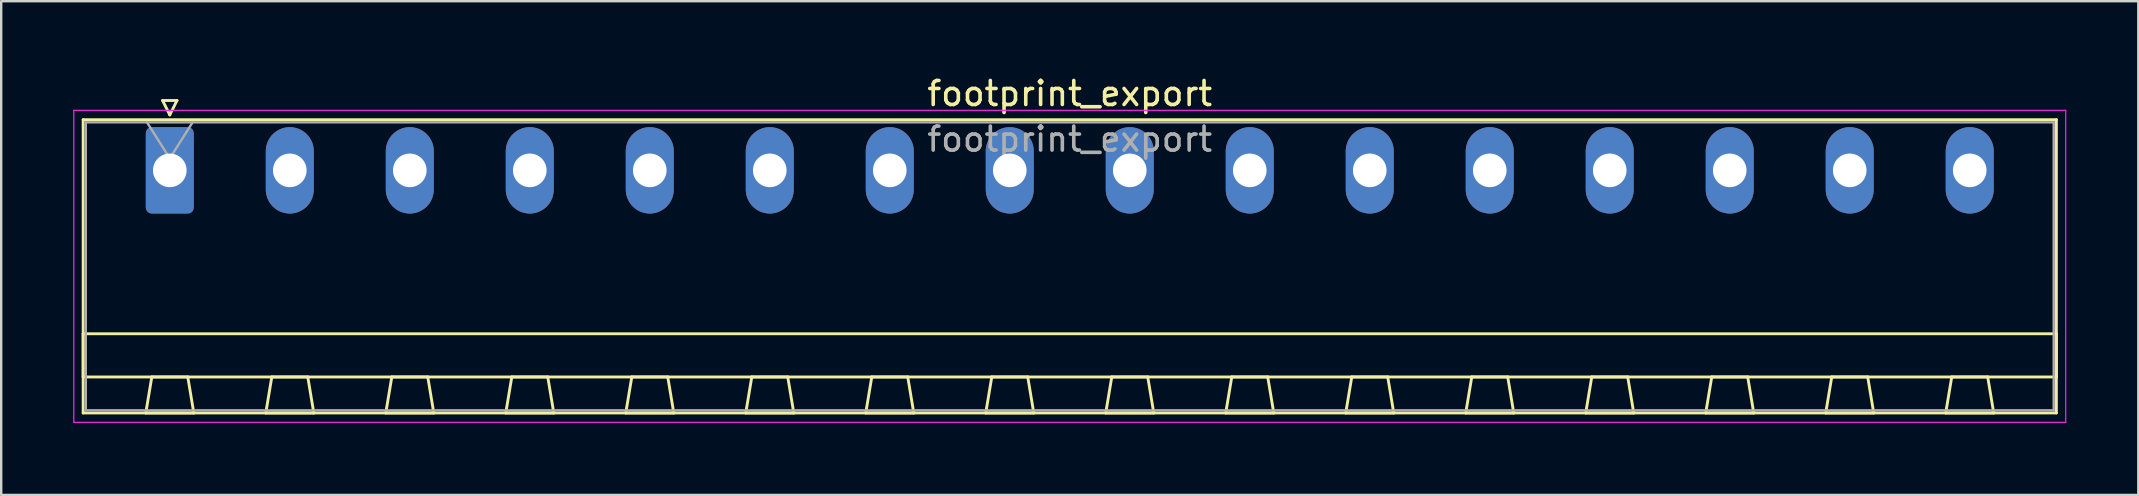
<source format=kicad_pcb>
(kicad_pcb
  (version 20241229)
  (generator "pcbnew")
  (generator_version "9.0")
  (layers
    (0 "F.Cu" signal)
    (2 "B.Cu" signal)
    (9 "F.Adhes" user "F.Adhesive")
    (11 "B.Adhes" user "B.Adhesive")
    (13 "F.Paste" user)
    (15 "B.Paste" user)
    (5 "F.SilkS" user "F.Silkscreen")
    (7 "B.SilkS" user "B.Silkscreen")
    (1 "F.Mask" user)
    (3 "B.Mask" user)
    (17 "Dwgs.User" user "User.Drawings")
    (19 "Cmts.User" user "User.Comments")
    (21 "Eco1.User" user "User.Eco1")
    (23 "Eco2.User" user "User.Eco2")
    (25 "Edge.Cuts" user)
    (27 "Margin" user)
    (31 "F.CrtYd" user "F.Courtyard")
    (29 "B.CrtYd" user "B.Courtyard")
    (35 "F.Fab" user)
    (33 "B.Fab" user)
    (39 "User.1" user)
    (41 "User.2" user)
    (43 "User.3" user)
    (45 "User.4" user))
  (footprint "footprint_export"
    (layer "F.Cu")
    (at 4.025 4.048)
    (property "Reference" "footprint_export" (at 37.5 -3.2 0) (layer "F.SilkS") (effects (font (size 1 1) (thickness 0.15))))
    (attr through_hole)
    (fp_line (start -3.61 -2.11) (end -3.61 10.11) (stroke (width 0.12) (type solid)) (layer "F.SilkS"))
    (fp_line (start -3.61 6.81) (end 78.61 6.81) (stroke (width 0.12) (type solid)) (layer "F.SilkS"))
    (fp_line (start -3.61 8.61) (end -3.61 6.81) (stroke (width 0.12) (type solid)) (layer "F.SilkS"))
    (fp_line (start -3.61 10.11) (end 78.61 10.11) (stroke (width 0.12) (type solid)) (layer "F.SilkS"))
    (fp_line (start -1 10.11) (end 1 10.11) (stroke (width 0.12) (type solid)) (layer "F.SilkS"))
    (fp_line (start -0.75 8.61) (end -1 10.11) (stroke (width 0.12) (type solid)) (layer "F.SilkS"))
    (fp_line (start -0.3 -2.91) (end 0.3 -2.91) (stroke (width 0.12) (type solid)) (layer "F.SilkS"))
    (fp_line (start 0 -2.31) (end -0.3 -2.91) (stroke (width 0.12) (type solid)) (layer "F.SilkS"))
    (fp_line (start 0.3 -2.91) (end 0 -2.31) (stroke (width 0.12) (type solid)) (layer "F.SilkS"))
    (fp_line (start 0.75 8.61) (end -0.75 8.61) (stroke (width 0.12) (type solid)) (layer "F.SilkS"))
    (fp_line (start 1 10.11) (end 0.75 8.61) (stroke (width 0.12) (type solid)) (layer "F.SilkS"))
    (fp_line (start 4 10.11) (end 6 10.11) (stroke (width 0.12) (type solid)) (layer "F.SilkS"))
    (fp_line (start 4.25 8.61) (end 4 10.11) (stroke (width 0.12) (type solid)) (layer "F.SilkS"))
    (fp_line (start 5.75 8.61) (end 4.25 8.61) (stroke (width 0.12) (type solid)) (layer "F.SilkS"))
    (fp_line (start 6 10.11) (end 5.75 8.61) (stroke (width 0.12) (type solid)) (layer "F.SilkS"))
    (fp_line (start 9 10.11) (end 11 10.11) (stroke (width 0.12) (type solid)) (layer "F.SilkS"))
    (fp_line (start 9.25 8.61) (end 9 10.11) (stroke (width 0.12) (type solid)) (layer "F.SilkS"))
    (fp_line (start 10.75 8.61) (end 9.25 8.61) (stroke (width 0.12) (type solid)) (layer "F.SilkS"))
    (fp_line (start 11 10.11) (end 10.75 8.61) (stroke (width 0.12) (type solid)) (layer "F.SilkS"))
    (fp_line (start 14 10.11) (end 16 10.11) (stroke (width 0.12) (type solid)) (layer "F.SilkS"))
    (fp_line (start 14.25 8.61) (end 14 10.11) (stroke (width 0.12) (type solid)) (layer "F.SilkS"))
    (fp_line (start 15.75 8.61) (end 14.25 8.61) (stroke (width 0.12) (type solid)) (layer "F.SilkS"))
    (fp_line (start 16 10.11) (end 15.75 8.61) (stroke (width 0.12) (type solid)) (layer "F.SilkS"))
    (fp_line (start 19 10.11) (end 21 10.11) (stroke (width 0.12) (type solid)) (layer "F.SilkS"))
    (fp_line (start 19.25 8.61) (end 19 10.11) (stroke (width 0.12) (type solid)) (layer "F.SilkS"))
    (fp_line (start 20.75 8.61) (end 19.25 8.61) (stroke (width 0.12) (type solid)) (layer "F.SilkS"))
    (fp_line (start 21 10.11) (end 20.75 8.61) (stroke (width 0.12) (type solid)) (layer "F.SilkS"))
    (fp_line (start 24 10.11) (end 26 10.11) (stroke (width 0.12) (type solid)) (layer "F.SilkS"))
    (fp_line (start 24.25 8.61) (end 24 10.11) (stroke (width 0.12) (type solid)) (layer "F.SilkS"))
    (fp_line (start 25.75 8.61) (end 24.25 8.61) (stroke (width 0.12) (type solid)) (layer "F.SilkS"))
    (fp_line (start 26 10.11) (end 25.75 8.61) (stroke (width 0.12) (type solid)) (layer "F.SilkS"))
    (fp_line (start 29 10.11) (end 31 10.11) (stroke (width 0.12) (type solid)) (layer "F.SilkS"))
    (fp_line (start 29.25 8.61) (end 29 10.11) (stroke (width 0.12) (type solid)) (layer "F.SilkS"))
    (fp_line (start 30.75 8.61) (end 29.25 8.61) (stroke (width 0.12) (type solid)) (layer "F.SilkS"))
    (fp_line (start 31 10.11) (end 30.75 8.61) (stroke (width 0.12) (type solid)) (layer "F.SilkS"))
    (fp_line (start 34 10.11) (end 36 10.11) (stroke (width 0.12) (type solid)) (layer "F.SilkS"))
    (fp_line (start 34.25 8.61) (end 34 10.11) (stroke (width 0.12) (type solid)) (layer "F.SilkS"))
    (fp_line (start 35.75 8.61) (end 34.25 8.61) (stroke (width 0.12) (type solid)) (layer "F.SilkS"))
    (fp_line (start 36 10.11) (end 35.75 8.61) (stroke (width 0.12) (type solid)) (layer "F.SilkS"))
    (fp_line (start 39 10.11) (end 41 10.11) (stroke (width 0.12) (type solid)) (layer "F.SilkS"))
    (fp_line (start 39.25 8.61) (end 39 10.11) (stroke (width 0.12) (type solid)) (layer "F.SilkS"))
    (fp_line (start 40.75 8.61) (end 39.25 8.61) (stroke (width 0.12) (type solid)) (layer "F.SilkS"))
    (fp_line (start 41 10.11) (end 40.75 8.61) (stroke (width 0.12) (type solid)) (layer "F.SilkS"))
    (fp_line (start 44 10.11) (end 46 10.11) (stroke (width 0.12) (type solid)) (layer "F.SilkS"))
    (fp_line (start 44.25 8.61) (end 44 10.11) (stroke (width 0.12) (type solid)) (layer "F.SilkS"))
    (fp_line (start 45.75 8.61) (end 44.25 8.61) (stroke (width 0.12) (type solid)) (layer "F.SilkS"))
    (fp_line (start 46 10.11) (end 45.75 8.61) (stroke (width 0.12) (type solid)) (layer "F.SilkS"))
    (fp_line (start 49 10.11) (end 51 10.11) (stroke (width 0.12) (type solid)) (layer "F.SilkS"))
    (fp_line (start 49.25 8.61) (end 49 10.11) (stroke (width 0.12) (type solid)) (layer "F.SilkS"))
    (fp_line (start 50.75 8.61) (end 49.25 8.61) (stroke (width 0.12) (type solid)) (layer "F.SilkS"))
    (fp_line (start 51 10.11) (end 50.75 8.61) (stroke (width 0.12) (type solid)) (layer "F.SilkS"))
    (fp_line (start 54 10.11) (end 56 10.11) (stroke (width 0.12) (type solid)) (layer "F.SilkS"))
    (fp_line (start 54.25 8.61) (end 54 10.11) (stroke (width 0.12) (type solid)) (layer "F.SilkS"))
    (fp_line (start 55.75 8.61) (end 54.25 8.61) (stroke (width 0.12) (type solid)) (layer "F.SilkS"))
    (fp_line (start 56 10.11) (end 55.75 8.61) (stroke (width 0.12) (type solid)) (layer "F.SilkS"))
    (fp_line (start 59 10.11) (end 61 10.11) (stroke (width 0.12) (type solid)) (layer "F.SilkS"))
    (fp_line (start 59.25 8.61) (end 59 10.11) (stroke (width 0.12) (type solid)) (layer "F.SilkS"))
    (fp_line (start 60.75 8.61) (end 59.25 8.61) (stroke (width 0.12) (type solid)) (layer "F.SilkS"))
    (fp_line (start 61 10.11) (end 60.75 8.61) (stroke (width 0.12) (type solid)) (layer "F.SilkS"))
    (fp_line (start 64 10.11) (end 66 10.11) (stroke (width 0.12) (type solid)) (layer "F.SilkS"))
    (fp_line (start 64.25 8.61) (end 64 10.11) (stroke (width 0.12) (type solid)) (layer "F.SilkS"))
    (fp_line (start 65.75 8.61) (end 64.25 8.61) (stroke (width 0.12) (type solid)) (layer "F.SilkS"))
    (fp_line (start 66 10.11) (end 65.75 8.61) (stroke (width 0.12) (type solid)) (layer "F.SilkS"))
    (fp_line (start 69 10.11) (end 71 10.11) (stroke (width 0.12) (type solid)) (layer "F.SilkS"))
    (fp_line (start 69.25 8.61) (end 69 10.11) (stroke (width 0.12) (type solid)) (layer "F.SilkS"))
    (fp_line (start 70.75 8.61) (end 69.25 8.61) (stroke (width 0.12) (type solid)) (layer "F.SilkS"))
    (fp_line (start 71 10.11) (end 70.75 8.61) (stroke (width 0.12) (type solid)) (layer "F.SilkS"))
    (fp_line (start 74 10.11) (end 76 10.11) (stroke (width 0.12) (type solid)) (layer "F.SilkS"))
    (fp_line (start 74.25 8.61) (end 74 10.11) (stroke (width 0.12) (type solid)) (layer "F.SilkS"))
    (fp_line (start 75.75 8.61) (end 74.25 8.61) (stroke (width 0.12) (type solid)) (layer "F.SilkS"))
    (fp_line (start 76 10.11) (end 75.75 8.61) (stroke (width 0.12) (type solid)) (layer "F.SilkS"))
    (fp_line (start 78.61 -2.11) (end -3.61 -2.11) (stroke (width 0.12) (type solid)) (layer "F.SilkS"))
    (fp_line (start 78.61 6.81) (end 78.61 8.61) (stroke (width 0.12) (type solid)) (layer "F.SilkS"))
    (fp_line (start 78.61 8.61) (end -3.61 8.61) (stroke (width 0.12) (type solid)) (layer "F.SilkS"))
    (fp_line (start 78.61 10.11) (end 78.61 -2.11) (stroke (width 0.12) (type solid)) (layer "F.SilkS"))
    (fp_line (start -4 -2.5) (end -4 10.5) (stroke (width 0.05) (type solid)) (layer "F.CrtYd"))
    (fp_line (start -4 10.5) (end 79 10.5) (stroke (width 0.05) (type solid)) (layer "F.CrtYd"))
    (fp_line (start 79 -2.5) (end -4 -2.5) (stroke (width 0.05) (type solid)) (layer "F.CrtYd"))
    (fp_line (start 79 10.5) (end 79 -2.5) (stroke (width 0.05) (type solid)) (layer "F.CrtYd"))
    (fp_line (start -3.5 -2) (end -3.5 10) (stroke (width 0.1) (type solid)) (layer "F.Fab"))
    (fp_line (start -3.5 10) (end 78.5 10) (stroke (width 0.1) (type solid)) (layer "F.Fab"))
    (fp_line (start 0 -0.5) (end -0.95 -2) (stroke (width 0.1) (type solid)) (layer "F.Fab"))
    (fp_line (start 0.95 -2) (end 0 -0.5) (stroke (width 0.1) (type solid)) (layer "F.Fab"))
    (fp_line (start 78.5 -2) (end -3.5 -2) (stroke (width 0.1) (type solid)) (layer "F.Fab"))
    (fp_line (start 78.5 10) (end 78.5 -2) (stroke (width 0.1) (type solid)) (layer "F.Fab"))
    (fp_text user "${REFERENCE}" (at 37.5 -1.3 0) (layer "F.Fab") (effects (font (size 1 1) (thickness 0.15))))
    (pad "1" thru_hole roundrect (at 0 0) (size 2 3.6) (drill 1.4) (layers "*.Cu" "*.Mask") (roundrect_rratio 0.125))
    (pad "2" thru_hole oval (at 5 0) (size 2 3.6) (drill 1.4) (layers "*.Cu" "*.Mask"))
    (pad "3" thru_hole oval (at 10 0) (size 2 3.6) (drill 1.4) (layers "*.Cu" "*.Mask"))
    (pad "4" thru_hole oval (at 15 0) (size 2 3.6) (drill 1.4) (layers "*.Cu" "*.Mask"))
    (pad "5" thru_hole oval (at 20 0) (size 2 3.6) (drill 1.4) (layers "*.Cu" "*.Mask"))
    (pad "6" thru_hole oval (at 25 0) (size 2 3.6) (drill 1.4) (layers "*.Cu" "*.Mask"))
    (pad "7" thru_hole oval (at 30 0) (size 2 3.6) (drill 1.4) (layers "*.Cu" "*.Mask"))
    (pad "8" thru_hole oval (at 35 0) (size 2 3.6) (drill 1.4) (layers "*.Cu" "*.Mask"))
    (pad "9" thru_hole oval (at 40 0) (size 2 3.6) (drill 1.4) (layers "*.Cu" "*.Mask"))
    (pad "10" thru_hole oval (at 45 0) (size 2 3.6) (drill 1.4) (layers "*.Cu" "*.Mask"))
    (pad "11" thru_hole oval (at 50 0) (size 2 3.6) (drill 1.4) (layers "*.Cu" "*.Mask"))
    (pad "12" thru_hole oval (at 55 0) (size 2 3.6) (drill 1.4) (layers "*.Cu" "*.Mask"))
    (pad "13" thru_hole oval (at 60 0) (size 2 3.6) (drill 1.4) (layers "*.Cu" "*.Mask"))
    (pad "14" thru_hole oval (at 65 0) (size 2 3.6) (drill 1.4) (layers "*.Cu" "*.Mask"))
    (pad "15" thru_hole oval (at 70 0) (size 2 3.6) (drill 1.4) (layers "*.Cu" "*.Mask"))
    (pad "16" thru_hole oval (at 75 0) (size 2 3.6) (drill 1.4) (layers "*.Cu" "*.Mask")))
  (gr_rect
    (start -3 -3)
    (end 86.05 17.573)
    (stroke (width 0.1) (type default))
    (fill no)
    (layer "Edge.Cuts")))
</source>
